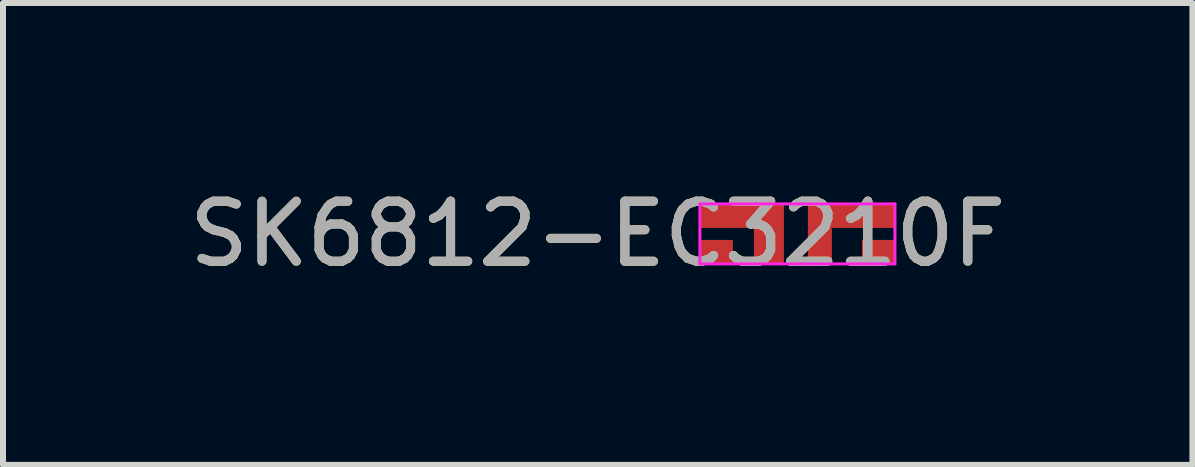
<source format=kicad_pcb>
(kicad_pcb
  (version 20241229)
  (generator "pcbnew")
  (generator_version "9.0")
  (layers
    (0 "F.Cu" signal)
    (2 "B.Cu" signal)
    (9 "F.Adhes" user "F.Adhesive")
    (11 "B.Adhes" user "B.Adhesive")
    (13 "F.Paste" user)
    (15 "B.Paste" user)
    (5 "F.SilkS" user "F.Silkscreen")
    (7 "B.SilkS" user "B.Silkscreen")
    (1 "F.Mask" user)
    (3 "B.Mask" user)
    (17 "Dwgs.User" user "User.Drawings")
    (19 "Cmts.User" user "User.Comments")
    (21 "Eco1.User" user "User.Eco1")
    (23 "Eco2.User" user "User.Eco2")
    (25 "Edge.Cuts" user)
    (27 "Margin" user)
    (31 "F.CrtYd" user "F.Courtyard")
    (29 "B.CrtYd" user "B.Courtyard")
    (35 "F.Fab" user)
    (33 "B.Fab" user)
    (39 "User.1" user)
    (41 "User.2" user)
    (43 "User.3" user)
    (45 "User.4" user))
  (footprint "SK6812-EC3210F"
    (layer "F.Cu")
    (at 10.213 0.848)
    (property "Reference" "SK6812-EC3210F" (at -3.302 0 180) (layer "F.SilkS") (effects (font (size 1 1) (thickness 0.15))))
    (attr smd)
    (fp_line (start -1.6 -0.5) (end -1.6 0.5) (stroke (width 0.05) (type solid)) (layer "F.CrtYd"))
    (fp_line (start -1.6 0.5) (end 1.65 0.5) (stroke (width 0.05) (type solid)) (layer "F.CrtYd"))
    (fp_line (start 1.65 -0.5) (end -1.6 -0.5) (stroke (width 0.05) (type solid)) (layer "F.CrtYd"))
    (fp_line (start 1.65 0.5) (end 1.65 -0.5) (stroke (width 0.05) (type solid)) (layer "F.CrtYd"))
    (fp_text user "${REFERENCE}" (at -3.302 0 180) (layer "F.Fab") (effects (font (size 1 1) (thickness 0.15))))
    (pad "1" smd rect (at -0.9 -0.3 180) (size 1.4 0.4) (layers "F.Cu" "F.Mask" "F.Paste"))
    (pad "1" smd rect (at -0.45 0.2 180) (size 0.5 0.6) (layers "F.Cu" "F.Mask" "F.Paste"))
    (pad "2" smd rect (at -1.325 0.3 180) (size 0.55 0.4) (layers "F.Cu" "F.Mask" "F.Paste"))
    (pad "3" smd rect (at 1.375 0.3 180) (size 0.55 0.4) (layers "F.Cu" "F.Mask" "F.Paste"))
    (pad "4" smd rect (at 0.4 0.2 180) (size 0.4 0.6) (layers "F.Cu" "F.Mask" "F.Paste"))
    (pad "4" smd rect (at 0.925 -0.3 180) (size 1.45 0.4) (layers "F.Cu" "F.Mask" "F.Paste")))
  (gr_rect
    (start -3 -3)
    (end 16.821 4.697)
    (stroke (width 0.1) (type default))
    (fill no)
    (layer "Edge.Cuts")))
</source>
